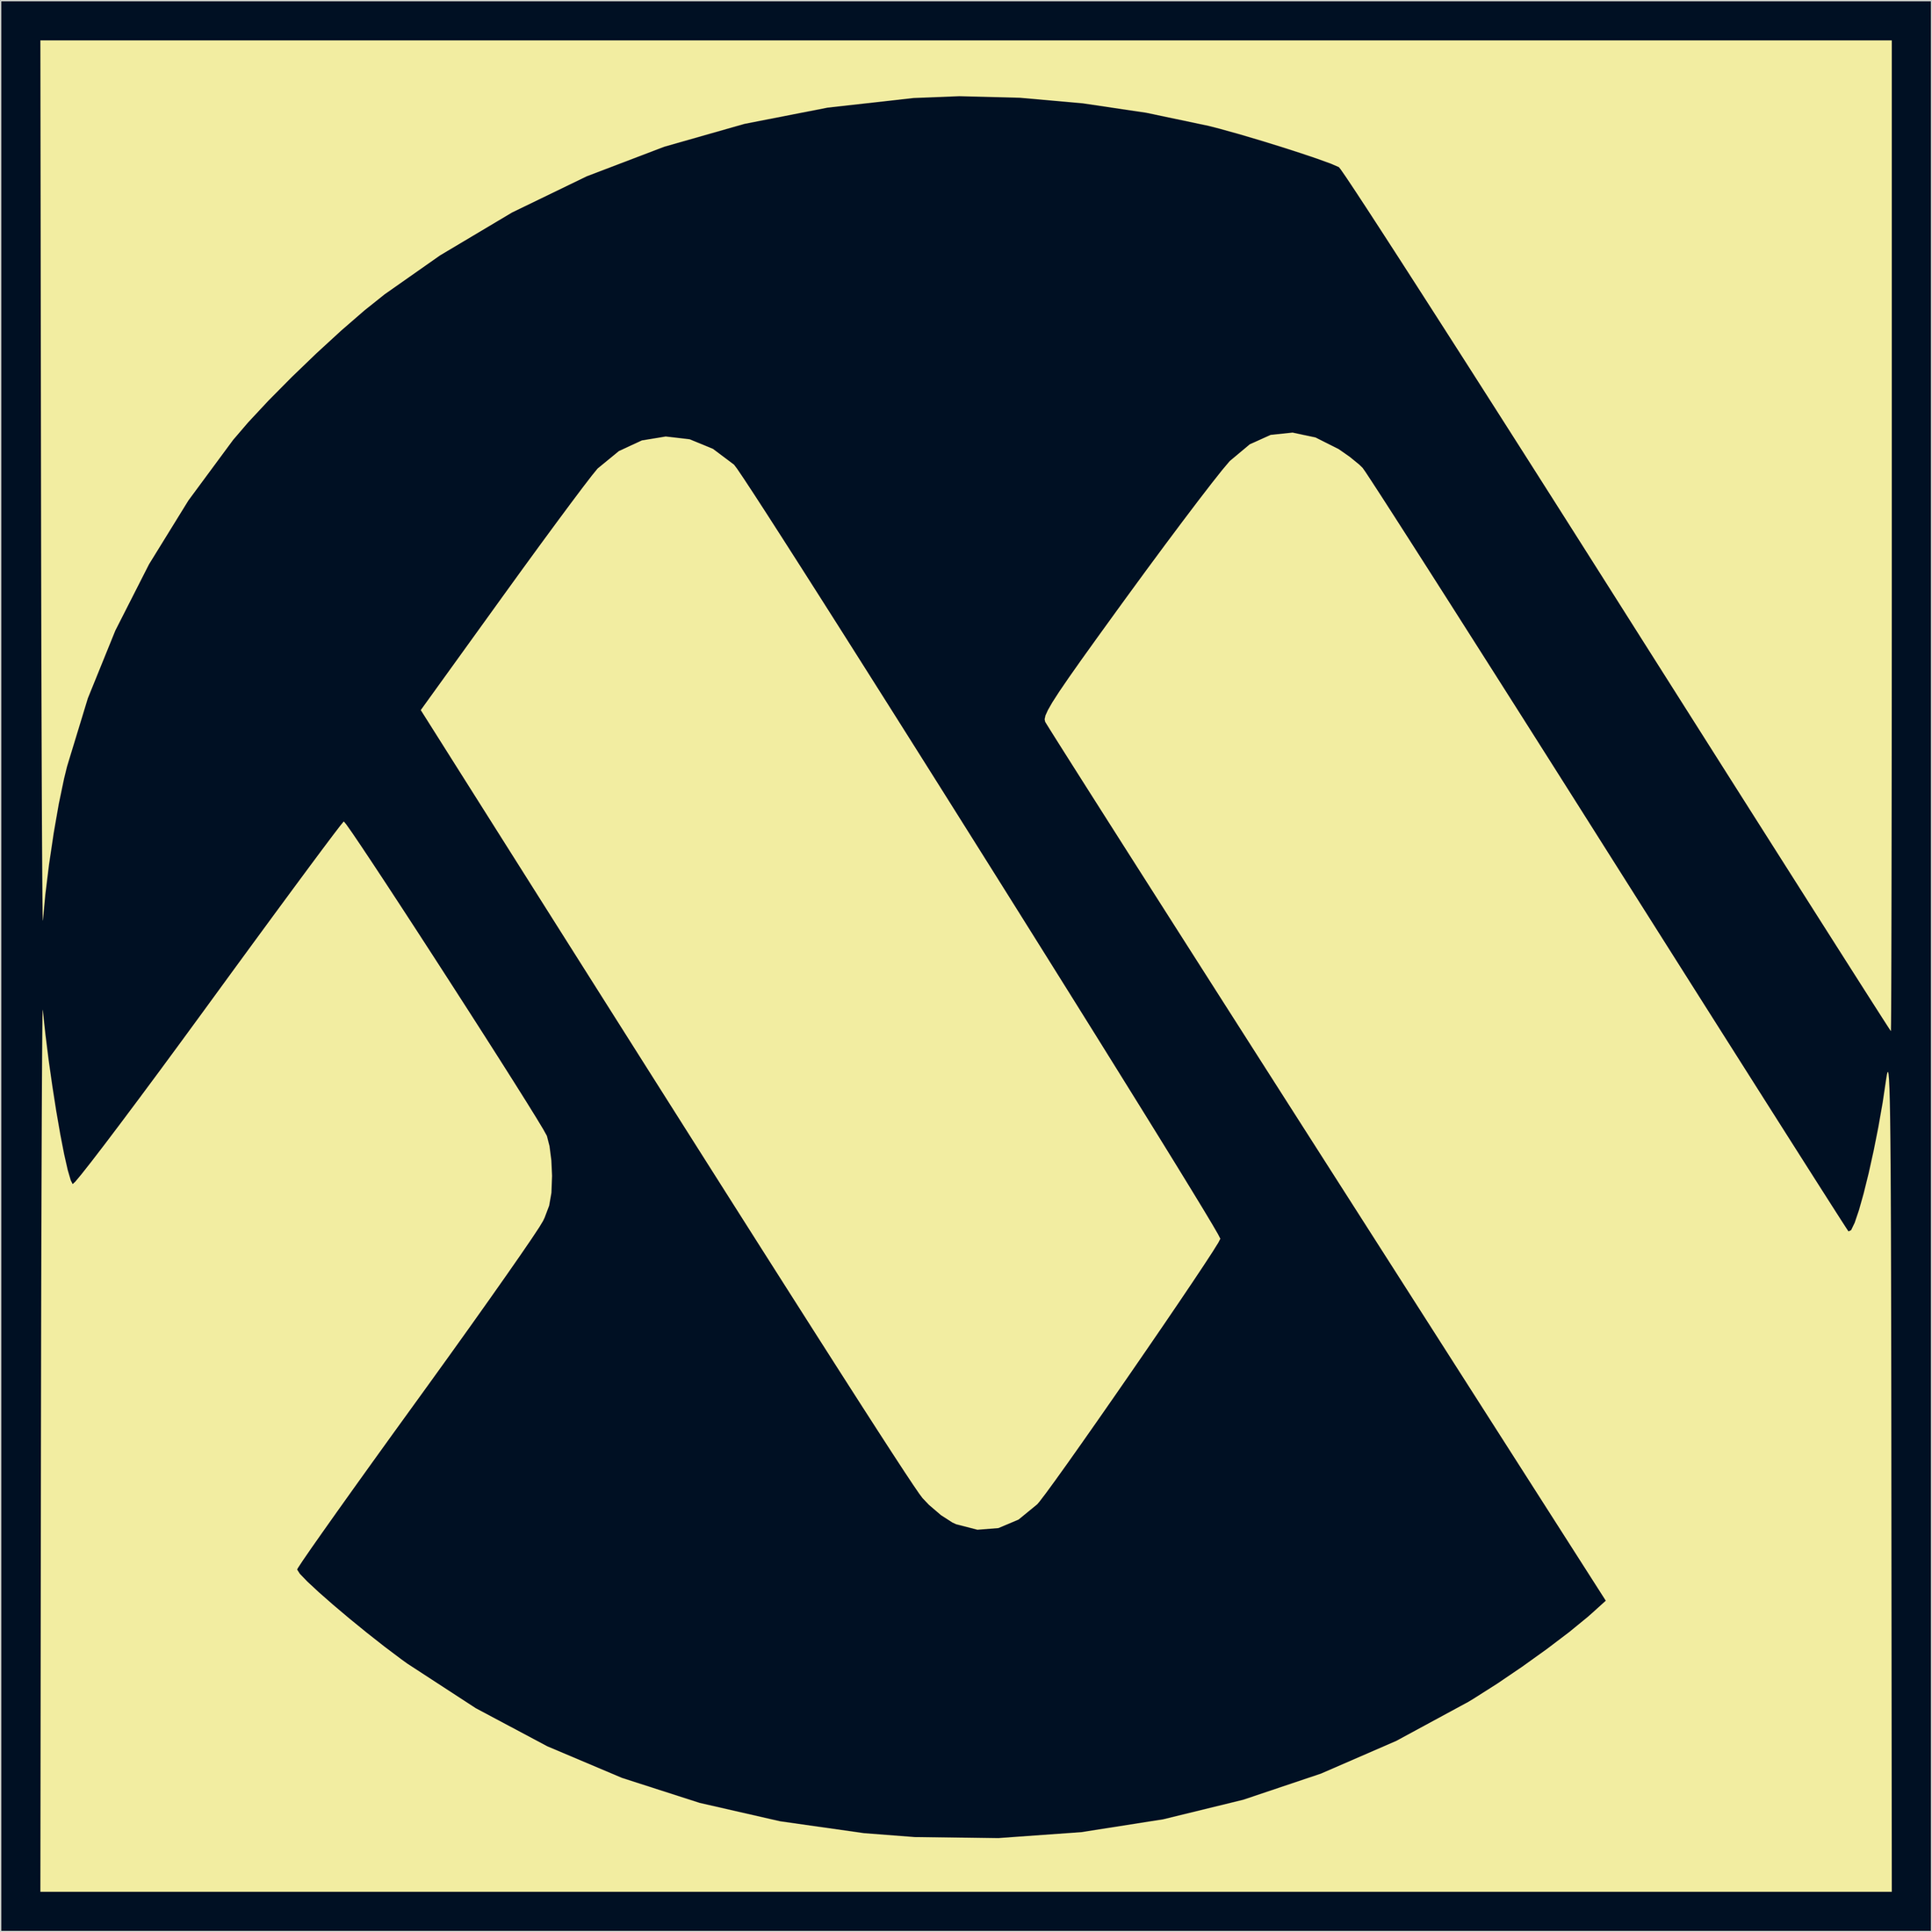
<source format=kicad_pcb>
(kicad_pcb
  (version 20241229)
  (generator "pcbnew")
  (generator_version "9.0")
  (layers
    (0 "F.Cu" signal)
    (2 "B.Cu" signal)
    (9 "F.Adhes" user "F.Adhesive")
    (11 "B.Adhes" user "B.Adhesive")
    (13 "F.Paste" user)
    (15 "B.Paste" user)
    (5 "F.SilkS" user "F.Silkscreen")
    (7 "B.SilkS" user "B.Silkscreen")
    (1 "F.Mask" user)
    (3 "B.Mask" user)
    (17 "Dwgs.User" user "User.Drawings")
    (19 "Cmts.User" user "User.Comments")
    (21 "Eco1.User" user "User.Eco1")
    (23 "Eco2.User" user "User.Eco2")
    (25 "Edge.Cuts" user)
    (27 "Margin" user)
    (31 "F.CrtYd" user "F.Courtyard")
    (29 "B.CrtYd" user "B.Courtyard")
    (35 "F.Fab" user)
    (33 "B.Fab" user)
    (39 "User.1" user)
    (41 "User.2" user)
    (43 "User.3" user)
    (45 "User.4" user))
  (footprint "logo2"
    (layer "F.Cu")
    (at 69.918 69.918)
    (property "Reference" "logo2" (at 0 0 0) (layer "F.SilkS") (effects (font (size 1.5 1.5) (thickness 0.3))))
    (attr board_only exclude_from_pos_files exclude_from_bom)
    (fp_poly (pts (xy -20.873 -39.788) (xy -19.118 -39.066) (xy -17.527 -37.871) (xy -17.287 -37.552) (xy -16.784 -36.808) (xy -16.038 -35.673) (xy -15.071 -34.182) (xy -13.904 -32.367) (xy -12.558 -30.263) (xy -11.055 -27.904) (xy -9.416 -25.324) (xy -7.663 -22.556) (xy -5.816 -19.636) (xy -3.897 -16.596) (xy -1.927 -13.47) (xy 0.071 -10.293) (xy 2.078 -7.099) (xy 4.072 -3.921) (xy 6.031 -0.793) (xy 7.935 2.251) (xy 9.761 5.176) (xy 11.488 7.95) (xy 13.096 10.537) (xy 14.562 12.904) (xy 15.866 15.017) (xy 16.986 16.843) (xy 17.901 18.347) (xy 18.589 19.494) (xy 19.03 20.253) (xy 19.201 20.587) (xy 19.203 20.596) (xy 19.05 20.892) (xy 18.621 21.579) (xy 17.955 22.599) (xy 17.09 23.897) (xy 16.066 25.416) (xy 14.92 27.102) (xy 13.691 28.896) (xy 12.419 30.744) (xy 11.142 32.589) (xy 9.899 34.374) (xy 8.728 36.044) (xy 7.669 37.543) (xy 6.759 38.814) (xy 6.038 39.801) (xy 5.545 40.448) (xy 5.374 40.65) (xy 3.964 41.804) (xy 2.442 42.448) (xy 0.857 42.571) (xy -0.74 42.162) (xy -1.041 42.023) (xy -1.897 41.471) (xy -2.81 40.689) (xy -3.293 40.18) (xy -3.545 39.842) (xy -4 39.177) (xy -4.664 38.178) (xy -5.541 36.836) (xy -6.638 35.143) (xy -7.96 33.09) (xy -9.511 30.669) (xy -11.298 27.871) (xy -13.326 24.687) (xy -15.601 21.11) (xy -18.126 17.132) (xy -20.909 12.742) (xy -23.954 7.933) (xy -27.267 2.697) (xy -30.854 -2.975) (xy -34.718 -9.091) (xy -38.867 -15.66) (xy -39.61 -16.837) (xy -41.188 -19.335) (xy -34.916 -28.035) (xy -33.499 -29.994) (xy -32.151 -31.843) (xy -30.913 -33.527) (xy -29.824 -34.994) (xy -28.926 -36.189) (xy -28.258 -37.057) (xy -27.859 -37.546) (xy -27.817 -37.592) (xy -26.222 -38.9) (xy -24.49 -39.703) (xy -22.685 -39.999)) (stroke (width 0) (type solid)) (fill yes) (layer "F.SilkS"))
    (fp_poly (pts (xy 69.918 -32.501) (xy 69.918 -28.027) (xy 69.916 -23.706) (xy 69.914 -19.569) (xy 69.911 -15.647) (xy 69.907 -11.971) (xy 69.902 -8.573) (xy 69.897 -5.484) (xy 69.891 -2.734) (xy 69.885 -0.356) (xy 69.878 1.619) (xy 69.871 3.161) (xy 69.863 4.237) (xy 69.855 4.818) (xy 69.85 4.915) (xy 69.699 4.688) (xy 69.272 4.026) (xy 68.586 2.954) (xy 67.657 1.499) (xy 66.503 -0.314) (xy 65.139 -2.458) (xy 63.583 -4.907) (xy 61.85 -7.636) (xy 59.957 -10.618) (xy 57.921 -13.827) (xy 55.759 -17.238) (xy 53.486 -20.824) (xy 51.12 -24.558) (xy 49.198 -27.594) (xy 46.764 -31.434) (xy 44.406 -35.149) (xy 42.14 -38.712) (xy 39.983 -42.096) (xy 37.953 -45.276) (xy 36.065 -48.225) (xy 34.338 -50.916) (xy 32.788 -53.324) (xy 31.431 -55.422) (xy 30.286 -57.184) (xy 29.368 -58.583) (xy 28.695 -59.593) (xy 28.283 -60.188) (xy 28.155 -60.346) (xy 27.551 -60.606) (xy 26.533 -60.976) (xy 25.213 -61.421) (xy 23.703 -61.906) (xy 22.114 -62.396) (xy 20.56 -62.854) (xy 19.152 -63.245) (xy 18.299 -63.464) (xy 13.601 -64.452) (xy 8.807 -65.164) (xy 4.056 -65.584) (xy -0.511 -65.701) (xy -3.965 -65.565) (xy -10.464 -64.837) (xy -16.741 -63.61) (xy -22.8 -61.883) (xy -28.647 -59.653) (xy -34.288 -56.92) (xy -39.729 -53.679) (xy -43.922 -50.735) (xy -45.45 -49.514) (xy -47.201 -47.995) (xy -49.064 -46.285) (xy -50.929 -44.49) (xy -52.685 -42.716) (xy -54.221 -41.07) (xy -55.361 -39.74) (xy -58.735 -35.171) (xy -61.712 -30.349) (xy -64.256 -25.345) (xy -66.332 -20.229) (xy -67.905 -15.072) (xy -68.127 -14.166) (xy -68.524 -12.27) (xy -68.914 -10.035) (xy -69.265 -7.67) (xy -69.547 -5.381) (xy -69.726 -3.414) (xy -69.738 -3.509) (xy -69.751 -4.119) (xy -69.763 -5.213) (xy -69.776 -6.76) (xy -69.788 -8.729) (xy -69.801 -11.089) (xy -69.813 -13.808) (xy -69.824 -16.857) (xy -69.835 -20.203) (xy -69.845 -23.816) (xy -69.854 -27.665) (xy -69.862 -31.718) (xy -69.869 -35.944) (xy -69.869 -35.983) (xy -69.918 -69.918) (xy 0 -69.918) (xy 69.918 -69.918)) (stroke (width 0) (type solid)) (fill yes) (layer "F.SilkS"))
    (fp_poly (pts (xy 26.392 -39.925) (xy 28.147 -39.043) (xy 28.978 -38.462) (xy 29.695 -37.878) (xy 29.951 -37.627) (xy 30.166 -37.322) (xy 30.653 -36.582) (xy 31.396 -35.439) (xy 32.375 -33.919) (xy 33.572 -32.053) (xy 34.969 -29.868) (xy 36.548 -27.393) (xy 38.289 -24.657) (xy 40.176 -21.689) (xy 42.19 -18.517) (xy 44.312 -15.17) (xy 46.523 -11.677) (xy 48.467 -8.603) (xy 50.735 -5.017) (xy 52.924 -1.558) (xy 55.015 1.746) (xy 56.991 4.866) (xy 58.835 7.774) (xy 60.527 10.443) (xy 62.051 12.844) (xy 63.388 14.948) (xy 64.521 16.728) (xy 65.431 18.155) (xy 66.101 19.202) (xy 66.513 19.839) (xy 66.648 20.039) (xy 66.845 19.947) (xy 67.114 19.389) (xy 67.437 18.438) (xy 67.795 17.167) (xy 68.171 15.647) (xy 68.547 13.953) (xy 68.904 12.157) (xy 69.225 10.331) (xy 69.484 8.603) (xy 69.541 8.235) (xy 69.591 8.023) (xy 69.636 7.993) (xy 69.676 8.17) (xy 69.711 8.579) (xy 69.742 9.246) (xy 69.769 10.195) (xy 69.792 11.452) (xy 69.811 13.041) (xy 69.828 14.99) (xy 69.842 17.321) (xy 69.854 20.061) (xy 69.863 23.235) (xy 69.871 26.869) (xy 69.878 30.986) (xy 69.884 35.613) (xy 69.886 37.895) (xy 69.918 69.918) (xy 0 69.918) (xy -69.918 69.918) (xy -69.875 36.12) (xy -69.868 31.892) (xy -69.861 27.832) (xy -69.853 23.971) (xy -69.843 20.341) (xy -69.833 16.973) (xy -69.822 13.9) (xy -69.811 11.153) (xy -69.799 8.762) (xy -69.787 6.762) (xy -69.775 5.181) (xy -69.763 4.054) (xy -69.751 3.41) (xy -69.739 3.277) (xy -69.539 5.145) (xy -69.293 7.103) (xy -69.014 9.07) (xy -68.717 10.964) (xy -68.416 12.705) (xy -68.123 14.209) (xy -67.855 15.396) (xy -67.623 16.185) (xy -67.481 16.467) (xy -67.288 16.291) (xy -66.803 15.708) (xy -66.054 14.757) (xy -65.068 13.473) (xy -63.874 11.893) (xy -62.498 10.054) (xy -60.968 7.993) (xy -59.314 5.746) (xy -57.561 3.351) (xy -57.217 2.879) (xy -55.448 0.454) (xy -53.773 -1.835) (xy -52.22 -3.951) (xy -50.816 -5.857) (xy -49.59 -7.515) (xy -48.569 -8.887) (xy -47.78 -9.936) (xy -47.252 -10.625) (xy -47.011 -10.916) (xy -47.001 -10.924) (xy -46.815 -10.701) (xy -46.371 -10.071) (xy -45.702 -9.083) (xy -44.842 -7.792) (xy -43.824 -6.249) (xy -42.683 -4.507) (xy -41.453 -2.619) (xy -40.167 -0.636) (xy -38.86 1.388) (xy -37.564 3.402) (xy -36.314 5.353) (xy -35.144 7.188) (xy -34.088 8.855) (xy -33.179 10.302) (xy -32.452 11.476) (xy -31.94 12.324) (xy -31.677 12.795) (xy -31.658 12.837) (xy -31.463 13.602) (xy -31.324 14.684) (xy -31.272 15.841) (xy -31.319 17.12) (xy -31.49 18.095) (xy -31.833 19.003) (xy -31.955 19.256) (xy -32.242 19.731) (xy -32.819 20.602) (xy -33.655 21.823) (xy -34.717 23.349) (xy -35.973 25.134) (xy -37.391 27.132) (xy -38.94 29.298) (xy -40.588 31.587) (xy -41.582 32.961) (xy -43.245 35.26) (xy -44.807 37.429) (xy -46.24 39.428) (xy -47.515 41.217) (xy -48.603 42.754) (xy -49.476 43.998) (xy -50.103 44.91) (xy -50.457 45.448) (xy -50.527 45.579) (xy -50.322 45.898) (xy -49.753 46.488) (xy -48.891 47.289) (xy -47.806 48.242) (xy -46.569 49.286) (xy -45.249 50.361) (xy -43.919 51.407) (xy -42.647 52.364) (xy -42.215 52.676) (xy -37.029 56.054) (xy -31.621 58.933) (xy -25.988 61.316) (xy -20.129 63.202) (xy -14.042 64.593) (xy -7.725 65.488) (xy -3.874 65.786) (xy 2.447 65.862) (xy 8.711 65.413) (xy 14.883 64.445) (xy 20.927 62.968) (xy 26.807 60.991) (xy 32.488 58.523) (xy 37.934 55.573) (xy 38.333 55.332) (xy 40.114 54.2) (xy 42.001 52.919) (xy 43.859 51.587) (xy 45.554 50.301) (xy 46.951 49.158) (xy 47.305 48.846) (xy 48.316 47.932) (xy 27.283 15.022) (xy 24.814 11.158) (xy 22.424 7.416) (xy 20.129 3.821) (xy 17.946 0.399) (xy 15.892 -2.822) (xy 13.984 -5.816) (xy 12.237 -8.558) (xy 10.67 -11.021) (xy 9.299 -13.178) (xy 8.141 -15.004) (xy 7.212 -16.471) (xy 6.529 -17.554) (xy 6.109 -18.226) (xy 5.971 -18.455) (xy 5.933 -18.644) (xy 5.994 -18.925) (xy 6.181 -19.339) (xy 6.519 -19.927) (xy 7.037 -20.73) (xy 7.761 -21.79) (xy 8.718 -23.149) (xy 9.936 -24.847) (xy 11.441 -26.927) (xy 12.132 -27.878) (xy 13.597 -29.881) (xy 15.014 -31.798) (xy 16.341 -33.572) (xy 17.532 -35.145) (xy 18.545 -36.459) (xy 19.335 -37.457) (xy 19.86 -38.081) (xy 19.932 -38.159) (xy 21.427 -39.41) (xy 23.005 -40.122) (xy 24.662 -40.294)) (stroke (width 0) (type solid)) (fill yes) (layer "F.SilkS")))
  (gr_rect
    (start -3 -3)
    (end 142.837 142.837)
    (stroke (width 0.1) (type default))
    (fill no)
    (layer "Edge.Cuts")))
</source>
